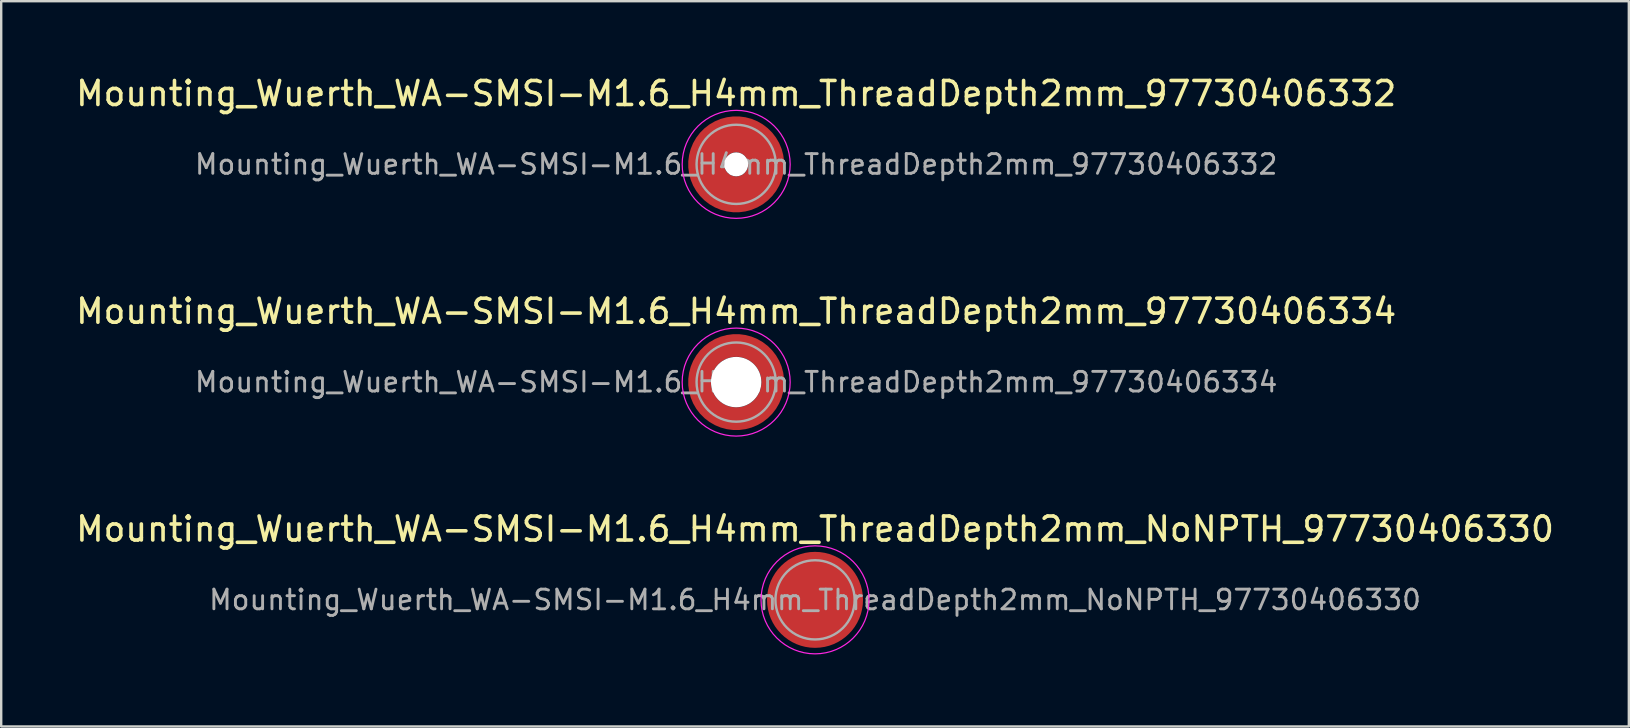
<source format=kicad_pcb>
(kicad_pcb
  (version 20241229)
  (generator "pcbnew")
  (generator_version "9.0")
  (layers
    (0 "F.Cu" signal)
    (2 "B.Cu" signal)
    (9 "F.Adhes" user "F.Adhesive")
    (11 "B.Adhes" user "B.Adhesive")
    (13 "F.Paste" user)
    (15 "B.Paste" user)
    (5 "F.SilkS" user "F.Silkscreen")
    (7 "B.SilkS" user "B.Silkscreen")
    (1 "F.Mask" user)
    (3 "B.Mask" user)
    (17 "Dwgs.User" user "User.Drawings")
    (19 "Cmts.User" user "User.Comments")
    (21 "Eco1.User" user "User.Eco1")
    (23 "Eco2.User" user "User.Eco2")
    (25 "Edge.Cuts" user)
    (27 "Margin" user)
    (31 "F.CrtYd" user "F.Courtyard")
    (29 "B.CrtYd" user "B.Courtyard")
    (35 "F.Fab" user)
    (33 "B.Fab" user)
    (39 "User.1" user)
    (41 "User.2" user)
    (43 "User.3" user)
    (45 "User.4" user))
  (footprint "Mounting_Wuerth_WA-SMSI-M1.6_H4mm_ThreadDepth2mm_97730406334"
    (layer "F.Cu")
    (at 27.625 12.871)
    (property "Reference" "Mounting_Wuerth_WA-SMSI-M1.6_H4mm_ThreadDepth2mm_97730406334" (at 0 -2.95 0) (layer "F.SilkS") (effects (font (size 1 1) (thickness 0.15))))
    (attr smd)
    (fp_circle (center 0 0) (end 2.25 0) (stroke (width 0.05) (type solid)) (fill no) (layer "F.CrtYd"))
    (fp_circle (center 0 0) (end 1.65 0) (stroke (width 0.1) (type solid)) (fill no) (layer "F.Fab"))
    (fp_text user "${REFERENCE}" (at 0 0 0) (layer "F.Fab") (effects (font (size 0.82 0.82) (thickness 0.12))))
    (pad "" smd custom (at -1.061 -1.061) (size 0.4 0.4) (layers "F.Paste") (options (anchor circle)) (primitives (gr_arc (start -0.101235 0.76066) (mid 0.211799 0.212465) (end 0.759748 -0.100999) (width 0.2)) (gr_arc (start -0.204251 0.76066) (mid 0.141299 0.141544) (end 0.760323 -0.204171) (width 0.2)) (gr_arc (start -0.306819 0.76066) (mid 0.070255 0.071167) (end 0.759401 -0.306542) (width 0.2)) (gr_arc (start -0.409034 0.76066) (mid -0.000242 0.000241) (end 0.759991 -0.408897) (width 0.2)) (gr_arc (start -0.510963 0.76066) (mid -0.071561 -0.06986) (end 0.758297 -0.51051) (width 0.2)) (gr_arc (start -0.61266 0.76066) (mid -0.142171 -0.140671) (end 0.758572 -0.612284) (width 0.2)) (gr_arc (start -0.714164 0.76066) (mid -0.212264 -0.212) (end 0.760292 -0.714102) (width 0.2)) (gr_line (start 0.761 -0.101) (end 0.761 -0.714) (width 0.2)) (gr_line (start -0.101 0.761) (end -0.714 0.761) (width 0.2))))
    (pad "" smd custom (at -1.061 1.061) (size 0.4 0.4) (layers "F.Paste") (options (anchor circle)) (primitives (gr_arc (start 0.76066 0.101235) (mid 0.212465 -0.211799) (end -0.100999 -0.759748) (width 0.2)) (gr_arc (start 0.76066 0.204251) (mid 0.141544 -0.141299) (end -0.204171 -0.760323) (width 0.2)) (gr_arc (start 0.76066 0.306819) (mid 0.071167 -0.070255) (end -0.306542 -0.759401) (width 0.2)) (gr_arc (start 0.76066 0.409034) (mid 0.000241 0.000242) (end -0.408897 -0.759991) (width 0.2)) (gr_arc (start 0.76066 0.510963) (mid -0.06986 0.071561) (end -0.51051 -0.758297) (width 0.2)) (gr_arc (start 0.76066 0.61266) (mid -0.140671 0.142171) (end -0.612284 -0.758572) (width 0.2)) (gr_arc (start 0.76066 0.714164) (mid -0.212 0.212264) (end -0.714102 -0.760292) (width 0.2)) (gr_line (start -0.101 -0.761) (end -0.714 -0.761) (width 0.2)) (gr_line (start 0.761 0.101) (end 0.761 0.714) (width 0.2))))
    (pad "" np_thru_hole circle (at 0 0) (size 2.1 2.1) (drill 2.1) (layers "*.Cu" "*.Mask"))
    (pad "" smd custom (at 1.061 -1.061) (size 0.4 0.4) (layers "F.Paste") (options (anchor circle)) (primitives (gr_arc (start -0.76066 -0.101235) (mid -0.212465 0.211799) (end 0.100999 0.759748) (width 0.2)) (gr_arc (start -0.76066 -0.204251) (mid -0.141544 0.141299) (end 0.204171 0.760323) (width 0.2)) (gr_arc (start -0.76066 -0.306819) (mid -0.071167 0.070255) (end 0.306542 0.759401) (width 0.2)) (gr_arc (start -0.76066 -0.409034) (mid -0.000241 -0.000242) (end 0.408897 0.759991) (width 0.2)) (gr_arc (start -0.76066 -0.510963) (mid 0.06986 -0.071561) (end 0.51051 0.758297) (width 0.2)) (gr_arc (start -0.76066 -0.61266) (mid 0.140671 -0.142171) (end 0.612284 0.758572) (width 0.2)) (gr_arc (start -0.76066 -0.714164) (mid 0.212 -0.212264) (end 0.714102 0.760292) (width 0.2)) (gr_line (start 0.101 0.761) (end 0.714 0.761) (width 0.2)) (gr_line (start -0.761 -0.101) (end -0.761 -0.714) (width 0.2))))
    (pad "" smd custom (at 1.061 1.061) (size 0.4 0.4) (layers "F.Paste") (options (anchor circle)) (primitives (gr_arc (start 0.101235 -0.76066) (mid -0.211799 -0.212465) (end -0.759748 0.100999) (width 0.2)) (gr_arc (start 0.204251 -0.76066) (mid -0.141299 -0.141544) (end -0.760323 0.204171) (width 0.2)) (gr_arc (start 0.306819 -0.76066) (mid -0.070255 -0.071167) (end -0.759401 0.306542) (width 0.2)) (gr_arc (start 0.409034 -0.76066) (mid 0.000242 -0.000241) (end -0.759991 0.408897) (width 0.2)) (gr_arc (start 0.510963 -0.76066) (mid 0.071561 0.06986) (end -0.758297 0.51051) (width 0.2)) (gr_arc (start 0.61266 -0.76066) (mid 0.142171 0.140671) (end -0.758572 0.612284) (width 0.2)) (gr_arc (start 0.714164 -0.76066) (mid 0.212264 0.212) (end -0.760292 0.714102) (width 0.2)) (gr_line (start -0.761 0.101) (end -0.761 0.714) (width 0.2)) (gr_line (start 0.101 -0.761) (end 0.714 -0.761) (width 0.2))))
    (pad "1" smd circle (at -1.525 0) (size 0.55 0.55) (layers "F.Cu"))
    (pad "1" smd circle (at 0 -1.525) (size 0.55 0.55) (layers "F.Cu"))
    (pad "1" smd circle (at 0 1.525) (size 0.55 0.55) (layers "F.Cu"))
    (pad "1" smd custom (at 1.525 0) (size 0.55 0.55) (layers "F.Cu" "F.Mask") (options (anchor circle)) (primitives (gr_circle (center -1.525 0) (end 0 0) (width 0.95) (fill no)))))
  (footprint "Mounting_Wuerth_WA-SMSI-M1.6_H4mm_ThreadDepth2mm_97730406332"
    (layer "F.Cu")
    (at 27.625 3.798)
    (property "Reference" "Mounting_Wuerth_WA-SMSI-M1.6_H4mm_ThreadDepth2mm_97730406332" (at 0 -2.95 0) (layer "F.SilkS") (effects (font (size 1 1) (thickness 0.15))))
    (attr smd)
    (fp_circle (center 0 0) (end 2.25 0) (stroke (width 0.05) (type solid)) (fill no) (layer "F.CrtYd"))
    (fp_circle (center 0 0) (end 1.65 0) (stroke (width 0.1) (type solid)) (fill no) (layer "F.Fab"))
    (fp_text user "${REFERENCE}" (at 0 0 0) (layer "F.Fab") (effects (font (size 0.82 0.82) (thickness 0.12))))
    (pad "" smd custom (at 0 -1.25) (size 0.9 0.9) (layers "F.Paste") (options (anchor circle)) (primitives (gr_arc (start -0.259808 0.6) (mid -0.00045 0.55) (end 0.258972 0.599667) (width 0.2)) (gr_arc (start -0.466369 0.6) (mid -0.000127 0.45) (end 0.466163 0.599852) (width 0.2)) (gr_arc (start -0.622495 0.6) (mid -0.000185 0.35) (end 0.622228 0.599745) (width 0.2)) (gr_arc (start -0.759934 0.6) (mid -0.000146 0.25) (end 0.759744 0.599777) (width 0.2)) (gr_arc (start -0.887412 0.6) (mid -0.000546 0.15) (end 0.886766 0.599119) (width 0.2)) (gr_arc (start -1.008712 0.6) (mid -0.000059 0.05) (end 1.008648 0.5999) (width 0.2)) (gr_arc (start -1.125833 0.6) (mid -0.001134 -0.049999) (end 1.124697 0.598036) (width 0.2)) (gr_arc (start -1.23996 0.6) (mid -0.00088 -0.15) (end 1.239142 0.598442) (width 0.2)) (gr_arc (start -1.351851 0.6) (mid -0.000542 -0.25) (end 1.351381 0.599023) (width 0.2)) (gr_arc (start -1.462019 0.6) (mid -0.000852 -0.35) (end 1.461326 0.598443) (width 0.2)) (gr_arc (start -1.570828 0.6) (mid -0.000608 -0.45) (end 1.570363 0.598876) (width 0.2)) (gr_arc (start -1.678541 0.6) (mid -0.000991 -0.55) (end 1.677824 0.598152) (width 0.2)) (gr_line (start 0.26 0.6) (end 1.679 0.6) (width 0.2)) (gr_line (start -0.26 0.6) (end -1.679 0.6) (width 0.2))))
    (pad "" np_thru_hole circle (at 0 0) (size 1 1) (drill 1) (layers "*.Cu" "*.Mask"))
    (pad "" smd custom (at 0 1.25) (size 0.9 0.9) (layers "F.Paste") (options (anchor circle)) (primitives (gr_arc (start 0.259808 -0.6) (mid 0.00045 -0.55) (end -0.258972 -0.599667) (width 0.2)) (gr_arc (start 0.466369 -0.6) (mid 0.000127 -0.45) (end -0.466163 -0.599852) (width 0.2)) (gr_arc (start 0.622495 -0.6) (mid 0.000185 -0.35) (end -0.622228 -0.599745) (width 0.2)) (gr_arc (start 0.759934 -0.6) (mid 0.000146 -0.25) (end -0.759744 -0.599777) (width 0.2)) (gr_arc (start 0.887412 -0.6) (mid 0.000546 -0.15) (end -0.886766 -0.599119) (width 0.2)) (gr_arc (start 1.008712 -0.6) (mid 0.000059 -0.05) (end -1.008648 -0.5999) (width 0.2)) (gr_arc (start 1.125833 -0.6) (mid 0.001134 0.049999) (end -1.124697 -0.598036) (width 0.2)) (gr_arc (start 1.23996 -0.6) (mid 0.00088 0.15) (end -1.239142 -0.598442) (width 0.2)) (gr_arc (start 1.351851 -0.6) (mid 0.000542 0.25) (end -1.351381 -0.599023) (width 0.2)) (gr_arc (start 1.462019 -0.6) (mid 0.000852 0.35) (end -1.461326 -0.598443) (width 0.2)) (gr_arc (start 1.570828 -0.6) (mid 0.000608 0.45) (end -1.570363 -0.598876) (width 0.2)) (gr_arc (start 1.678541 -0.6) (mid 0.000991 0.55) (end -1.677824 -0.598152) (width 0.2)) (gr_line (start -0.26 -0.6) (end -1.679 -0.6) (width 0.2)) (gr_line (start 0.26 -0.6) (end 1.679 -0.6) (width 0.2))))
    (pad "1" smd circle (at -1.25 0) (size 1.1 1.1) (layers "F.Cu"))
    (pad "1" smd circle (at 0 -1.25) (size 1.1 1.1) (layers "F.Cu"))
    (pad "1" smd circle (at 0 1.25) (size 1.1 1.1) (layers "F.Cu"))
    (pad "1" smd custom (at 1.25 0) (size 1.1 1.1) (layers "F.Cu" "F.Mask") (options (anchor circle)) (primitives (gr_circle (center -1.25 0) (end 0 0) (width 1.5) (fill no)))))
  (footprint "Mounting_Wuerth_WA-SMSI-M1.6_H4mm_ThreadDepth2mm_NoNPTH_97730406330"
    (layer "F.Cu")
    (at 30.911 21.945)
    (property "Reference" "Mounting_Wuerth_WA-SMSI-M1.6_H4mm_ThreadDepth2mm_NoNPTH_97730406330" (at 0 -2.95 0) (layer "F.SilkS") (effects (font (size 1 1) (thickness 0.15))))
    (attr smd)
    (fp_circle (center 0 0) (end 2.25 0) (stroke (width 0.05) (type solid)) (fill no) (layer "F.CrtYd"))
    (fp_circle (center 0 0) (end 1.65 0) (stroke (width 0.1) (type solid)) (fill no) (layer "F.Fab"))
    (fp_text user "${REFERENCE}" (at 0 0 0) (layer "F.Fab") (effects (font (size 0.82 0.82) (thickness 0.12))))
    (pad "" smd custom (at -0.778 -0.778) (size 1.2 1.2) (layers "F.Paste") (options (anchor circle)) (primitives (gr_arc (start 0.465568 0.527817) (mid 0.494887 0.495062) (end 0.527624 0.465723) (width 0.2)) (gr_arc (start 0.344805 0.527817) (mid 0.424264 0.424264) (end 0.527818 0.344805) (width 0.2)) (gr_arc (start 0.232382 0.527817) (mid 0.353364 0.353743) (end 0.527329 0.232606) (width 0.2)) (gr_arc (start 0.123983 0.527817) (mid 0.282626 0.28306) (end 0.527243 0.124203) (width 0.2)) (gr_arc (start 0.017883 0.527817) (mid 0.211737 0.212527) (end 0.526755 0.018233) (width 0.2)) (gr_arc (start -0.086763 0.527817) (mid 0.141173 0.14167) (end 0.527142 -0.086568) (width 0.2)) (gr_arc (start -0.190428 0.527817) (mid 0.070433 0.070988) (end 0.527057 -0.190232) (width 0.2)) (gr_arc (start -0.293397 0.527817) (mid -0.000182 0.000182) (end 0.527315 -0.29328) (width 0.2)) (gr_arc (start -0.395852 0.527817) (mid -0.071085 -0.070336) (end 0.526781 -0.395631) (width 0.2)) (gr_arc (start -0.497918 0.527817) (mid -0.141622 -0.141221) (end 0.52726 -0.497809) (width 0.2)) (gr_arc (start -0.59968 0.527817) (mid -0.212364 -0.2119) (end 0.527171 -0.599563) (width 0.2)) (gr_arc (start -0.701202 0.527817) (mid -0.282952 -0.282733) (end 0.527511 -0.70115) (width 0.2)) (gr_arc (start -0.802531 0.527817) (mid -0.353765 -0.353343) (end 0.527227 -0.802438) (width 0.2)) (gr_arc (start -0.9037 0.527817) (mid -0.425176 -0.423352) (end 0.525265 -0.903319) (width 0.2)) (gr_arc (start -1.004737 0.527817) (mid -0.49534 -0.49461) (end 0.526794 -1.004593) (width 0.2)) (gr_line (start 0.528 0.466) (end 0.528 -1.005) (width 0.2)) (gr_line (start 0.466 0.528) (end -1.005 0.528) (width 0.2))))
    (pad "" smd custom (at -0.778 0.778) (size 1.2 1.2) (layers "F.Paste") (options (anchor circle)) (primitives (gr_arc (start 0.527817 -0.465568) (mid 0.495062 -0.494887) (end 0.465723 -0.527624) (width 0.2)) (gr_arc (start 0.527817 -0.344805) (mid 0.424264 -0.424264) (end 0.344805 -0.527818) (width 0.2)) (gr_arc (start 0.527817 -0.232382) (mid 0.353743 -0.353364) (end 0.232606 -0.527329) (width 0.2)) (gr_arc (start 0.527817 -0.123983) (mid 0.28306 -0.282626) (end 0.124203 -0.527243) (width 0.2)) (gr_arc (start 0.527817 -0.017883) (mid 0.212527 -0.211737) (end 0.018233 -0.526755) (width 0.2)) (gr_arc (start 0.527817 0.086763) (mid 0.14167 -0.141173) (end -0.086568 -0.527142) (width 0.2)) (gr_arc (start 0.527817 0.190428) (mid 0.070988 -0.070433) (end -0.190232 -0.527057) (width 0.2)) (gr_arc (start 0.527817 0.293397) (mid 0.000182 0.000182) (end -0.29328 -0.527315) (width 0.2)) (gr_arc (start 0.527817 0.395852) (mid -0.070336 0.071085) (end -0.395631 -0.526781) (width 0.2)) (gr_arc (start 0.527817 0.497918) (mid -0.141221 0.141622) (end -0.497809 -0.52726) (width 0.2)) (gr_arc (start 0.527817 0.59968) (mid -0.2119 0.212364) (end -0.599563 -0.527171) (width 0.2)) (gr_arc (start 0.527817 0.701202) (mid -0.282733 0.282952) (end -0.70115 -0.527511) (width 0.2)) (gr_arc (start 0.527817 0.802531) (mid -0.353343 0.353765) (end -0.802438 -0.527227) (width 0.2)) (gr_arc (start 0.527817 0.9037) (mid -0.423352 0.425176) (end -0.903319 -0.525265) (width 0.2)) (gr_arc (start 0.527817 1.004737) (mid -0.49461 0.49534) (end -1.004593 -0.526794) (width 0.2)) (gr_line (start 0.466 -0.528) (end -1.005 -0.528) (width 0.2)) (gr_line (start 0.528 -0.466) (end 0.528 1.005) (width 0.2))))
    (pad "" smd custom (at 0.778 -0.778) (size 1.2 1.2) (layers "F.Paste") (options (anchor circle)) (primitives (gr_arc (start -0.527817 0.465568) (mid -0.495062 0.494887) (end -0.465723 0.527624) (width 0.2)) (gr_arc (start -0.527817 0.344805) (mid -0.424264 0.424264) (end -0.344805 0.527818) (width 0.2)) (gr_arc (start -0.527817 0.232382) (mid -0.353743 0.353364) (end -0.232606 0.527329) (width 0.2)) (gr_arc (start -0.527817 0.123983) (mid -0.28306 0.282626) (end -0.124203 0.527243) (width 0.2)) (gr_arc (start -0.527817 0.017883) (mid -0.212527 0.211737) (end -0.018233 0.526755) (width 0.2)) (gr_arc (start -0.527817 -0.086763) (mid -0.14167 0.141173) (end 0.086568 0.527142) (width 0.2)) (gr_arc (start -0.527817 -0.190428) (mid -0.070988 0.070433) (end 0.190232 0.527057) (width 0.2)) (gr_arc (start -0.527817 -0.293397) (mid -0.000182 -0.000182) (end 0.29328 0.527315) (width 0.2)) (gr_arc (start -0.527817 -0.395852) (mid 0.070336 -0.071085) (end 0.395631 0.526781) (width 0.2)) (gr_arc (start -0.527817 -0.497918) (mid 0.141221 -0.141622) (end 0.497809 0.52726) (width 0.2)) (gr_arc (start -0.527817 -0.59968) (mid 0.2119 -0.212364) (end 0.599563 0.527171) (width 0.2)) (gr_arc (start -0.527817 -0.701202) (mid 0.282733 -0.282952) (end 0.70115 0.527511) (width 0.2)) (gr_arc (start -0.527817 -0.802531) (mid 0.353343 -0.353765) (end 0.802438 0.527227) (width 0.2)) (gr_arc (start -0.527817 -0.9037) (mid 0.423352 -0.425176) (end 0.903319 0.525265) (width 0.2)) (gr_arc (start -0.527817 -1.004737) (mid 0.49461 -0.49534) (end 1.004593 0.526794) (width 0.2)) (gr_line (start -0.466 0.528) (end 1.005 0.528) (width 0.2)) (gr_line (start -0.528 0.466) (end -0.528 -1.005) (width 0.2))))
    (pad "" smd custom (at 0.778 0.778) (size 1.2 1.2) (layers "F.Paste") (options (anchor circle)) (primitives (gr_arc (start -0.465568 -0.527817) (mid -0.494887 -0.495062) (end -0.527624 -0.465723) (width 0.2)) (gr_arc (start -0.344805 -0.527817) (mid -0.424264 -0.424264) (end -0.527818 -0.344805) (width 0.2)) (gr_arc (start -0.232382 -0.527817) (mid -0.353364 -0.353743) (end -0.527329 -0.232606) (width 0.2)) (gr_arc (start -0.123983 -0.527817) (mid -0.282626 -0.28306) (end -0.527243 -0.124203) (width 0.2)) (gr_arc (start -0.017883 -0.527817) (mid -0.211737 -0.212527) (end -0.526755 -0.018233) (width 0.2)) (gr_arc (start 0.086763 -0.527817) (mid -0.141173 -0.14167) (end -0.527142 0.086568) (width 0.2)) (gr_arc (start 0.190428 -0.527817) (mid -0.070433 -0.070988) (end -0.527057 0.190232) (width 0.2)) (gr_arc (start 0.293397 -0.527817) (mid 0.000182 -0.000182) (end -0.527315 0.29328) (width 0.2)) (gr_arc (start 0.395852 -0.527817) (mid 0.071085 0.070336) (end -0.526781 0.395631) (width 0.2)) (gr_arc (start 0.497918 -0.527817) (mid 0.141622 0.141221) (end -0.52726 0.497809) (width 0.2)) (gr_arc (start 0.59968 -0.527817) (mid 0.212364 0.2119) (end -0.527171 0.599563) (width 0.2)) (gr_arc (start 0.701202 -0.527817) (mid 0.282952 0.282733) (end -0.527511 0.70115) (width 0.2)) (gr_arc (start 0.802531 -0.527817) (mid 0.353765 0.353343) (end -0.527227 0.802438) (width 0.2)) (gr_arc (start 0.9037 -0.527817) (mid 0.425176 0.423352) (end -0.525265 0.903319) (width 0.2)) (gr_arc (start 1.004737 -0.527817) (mid 0.49534 0.49461) (end -0.526794 1.004593) (width 0.2)) (gr_line (start -0.528 -0.466) (end -0.528 1.005) (width 0.2)) (gr_line (start -0.466 -0.528) (end 1.005 -0.528) (width 0.2))))
    (pad "1" smd circle (at 0 0) (size 4 4) (layers "F.Cu" "F.Mask")))
  (gr_rect
    (start -3 -3)
    (end 64.821 27.22)
    (stroke (width 0.1) (type default))
    (fill no)
    (layer "Edge.Cuts")))
</source>
